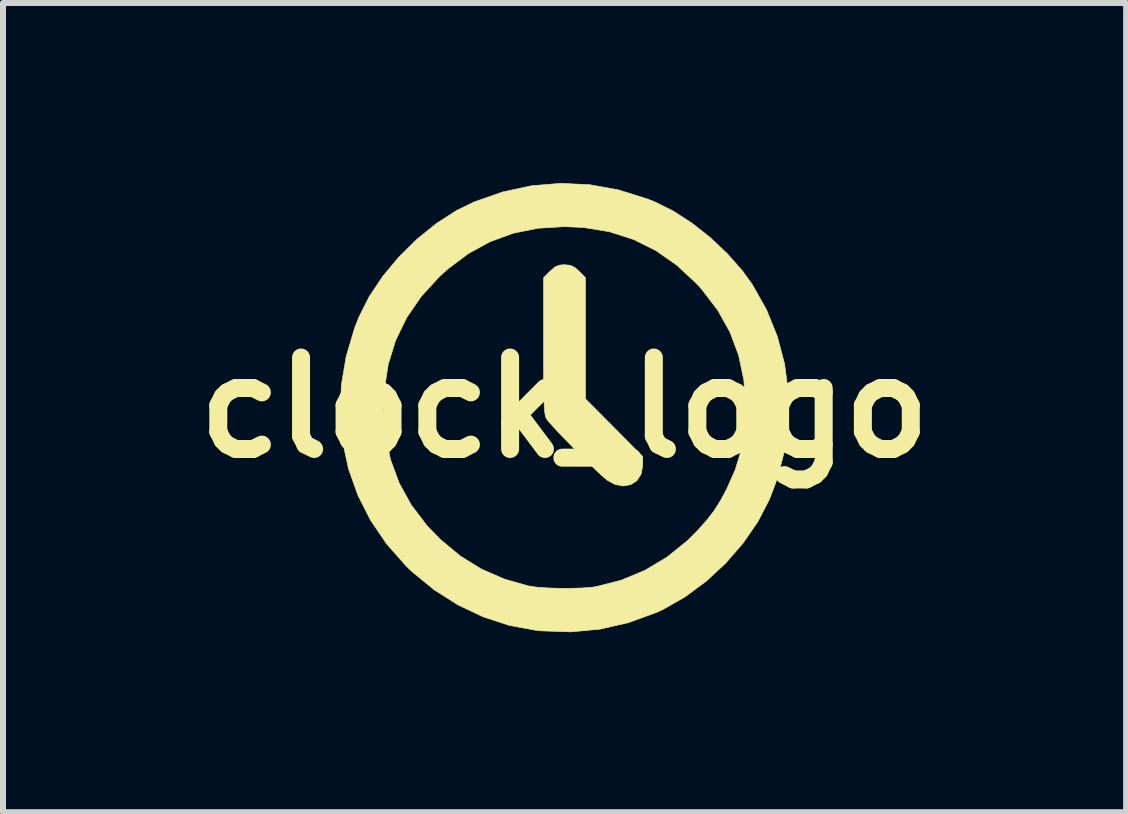
<source format=kicad_pcb>
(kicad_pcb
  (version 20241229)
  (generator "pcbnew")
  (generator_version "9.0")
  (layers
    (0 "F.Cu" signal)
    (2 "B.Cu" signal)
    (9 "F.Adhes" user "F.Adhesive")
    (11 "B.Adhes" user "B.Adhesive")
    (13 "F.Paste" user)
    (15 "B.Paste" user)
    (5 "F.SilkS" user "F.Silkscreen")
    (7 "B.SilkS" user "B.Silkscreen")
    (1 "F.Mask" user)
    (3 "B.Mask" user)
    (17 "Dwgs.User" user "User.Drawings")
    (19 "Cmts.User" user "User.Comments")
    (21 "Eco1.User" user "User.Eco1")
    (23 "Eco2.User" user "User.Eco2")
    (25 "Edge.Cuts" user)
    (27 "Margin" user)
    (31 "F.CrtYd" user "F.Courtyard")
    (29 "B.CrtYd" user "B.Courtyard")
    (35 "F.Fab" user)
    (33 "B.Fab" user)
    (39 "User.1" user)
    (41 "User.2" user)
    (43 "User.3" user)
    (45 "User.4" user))
  (footprint "clock_logo"
    (layer "F.Cu")
    (at 6.357 3.742)
    (property "Reference" "clock_logo" (at 0 0 0) (layer "F.SilkS") (effects (font (size 1.524 1.524) (thickness 0.3))))
    (attr through_hole)
    (fp_poly (pts (xy 0.097 -2.371) (xy 0.174 -2.333) (xy 0.241 -2.273) (xy 0.349 -2.165) (xy 0.349 -0.145) (xy 0.826 0.334) (xy 1.302 0.814) (xy 1.302 0.965) (xy 1.276 1.109) (xy 1.206 1.217) (xy 1.102 1.284) (xy 0.976 1.306) (xy 0.837 1.279) (xy 0.711 1.21) (xy 0.647 1.156) (xy 0.551 1.067) (xy 0.431 0.951) (xy 0.296 0.819) (xy 0.157 0.679) (xy 0.021 0.54) (xy -0.102 0.412) (xy -0.203 0.303) (xy -0.273 0.223) (xy -0.297 0.191) (xy -0.311 0.164) (xy -0.322 0.125) (xy -0.331 0.068) (xy -0.338 -0.015) (xy -0.343 -0.129) (xy -0.346 -0.281) (xy -0.348 -0.478) (xy -0.349 -0.725) (xy -0.349 -1.026) (xy -0.349 -2.165) (xy -0.241 -2.273) (xy -0.158 -2.344) (xy -0.08 -2.375) (xy -0.000001 -2.381) (xy 0.097 -2.371)) (stroke (width 0.01) (type solid)) (fill yes) (layer "F.SilkS"))
    (fp_poly (pts (xy 0.42 -3.714) (xy 0.902 -3.627) (xy 1.381 -3.477) (xy 1.507 -3.427) (xy 1.814 -3.274) (xy 2.126 -3.072) (xy 2.431 -2.831) (xy 2.714 -2.563) (xy 2.964 -2.279) (xy 3.127 -2.054) (xy 3.366 -1.63) (xy 3.546 -1.185) (xy 3.667 -0.726) (xy 3.728 -0.256) (xy 3.73 0.219) (xy 3.671 0.695) (xy 3.552 1.165) (xy 3.414 1.53) (xy 3.222 1.9) (xy 2.976 2.257) (xy 2.686 2.591) (xy 2.361 2.893) (xy 2.009 3.153) (xy 1.642 3.363) (xy 1.53 3.414) (xy 1.063 3.584) (xy 0.589 3.692) (xy 0.107 3.737) (xy -0.389 3.72) (xy -0.476 3.711) (xy -0.92 3.629) (xy -1.355 3.487) (xy -1.774 3.289) (xy -2.17 3.038) (xy -2.536 2.738) (xy -2.64 2.639) (xy -2.963 2.273) (xy -3.232 1.878) (xy -3.444 1.459) (xy -3.6 1.02) (xy -3.698 0.565) (xy -3.738 0.099) (xy -3.734 0) (xy -3.016 0) (xy -2.987 0.445) (xy -2.901 0.863) (xy -2.756 1.256) (xy -2.553 1.624) (xy -2.292 1.967) (xy -2.068 2.198) (xy -1.736 2.474) (xy -1.383 2.692) (xy -1 2.858) (xy -0.603 2.971) (xy -0.473 2.991) (xy -0.298 3.004) (xy -0.097 3.011) (xy 0.109 3.011) (xy 0.303 3.005) (xy 0.466 2.992) (xy 0.526 2.983) (xy 0.941 2.877) (xy 1.337 2.713) (xy 1.707 2.492) (xy 2.047 2.218) (xy 2.198 2.068) (xy 2.361 1.887) (xy 2.49 1.721) (xy 2.6 1.548) (xy 2.706 1.349) (xy 2.843 1.038) (xy 2.937 0.734) (xy 2.993 0.417) (xy 3.015 0.067) (xy 3.016 -0.02) (xy 2.988 -0.457) (xy 2.902 -0.869) (xy 2.757 -1.256) (xy 2.553 -1.622) (xy 2.289 -1.968) (xy 2.198 -2.068) (xy 1.872 -2.372) (xy 1.522 -2.617) (xy 1.147 -2.803) (xy 0.747 -2.931) (xy 0.321 -3.001) (xy 0 -3.016) (xy -0.441 -2.989) (xy -0.854 -2.906) (xy -1.24 -2.765) (xy -1.603 -2.567) (xy -1.947 -2.308) (xy -2.091 -2.177) (xy -2.391 -1.849) (xy -2.631 -1.498) (xy -2.814 -1.122) (xy -2.938 -0.721) (xy -3.004 -0.293) (xy -3.016 0) (xy -3.734 0) (xy -3.719 -0.374) (xy -3.639 -0.85) (xy -3.499 -1.324) (xy -3.427 -1.507) (xy -3.255 -1.849) (xy -3.03 -2.186) (xy -2.762 -2.508) (xy -2.46 -2.806) (xy -2.135 -3.068) (xy -1.797 -3.286) (xy -1.507 -3.427) (xy -1.029 -3.594) (xy -0.547 -3.697) (xy -0.064 -3.737) (xy 0.42 -3.714)) (stroke (width 0.01) (type solid)) (fill yes) (layer "F.SilkS")))
  (gr_rect
    (start -3 -3)
    (end 15.715 10.484)
    (stroke (width 0.1) (type default))
    (fill no)
    (layer "Edge.Cuts")))
</source>
